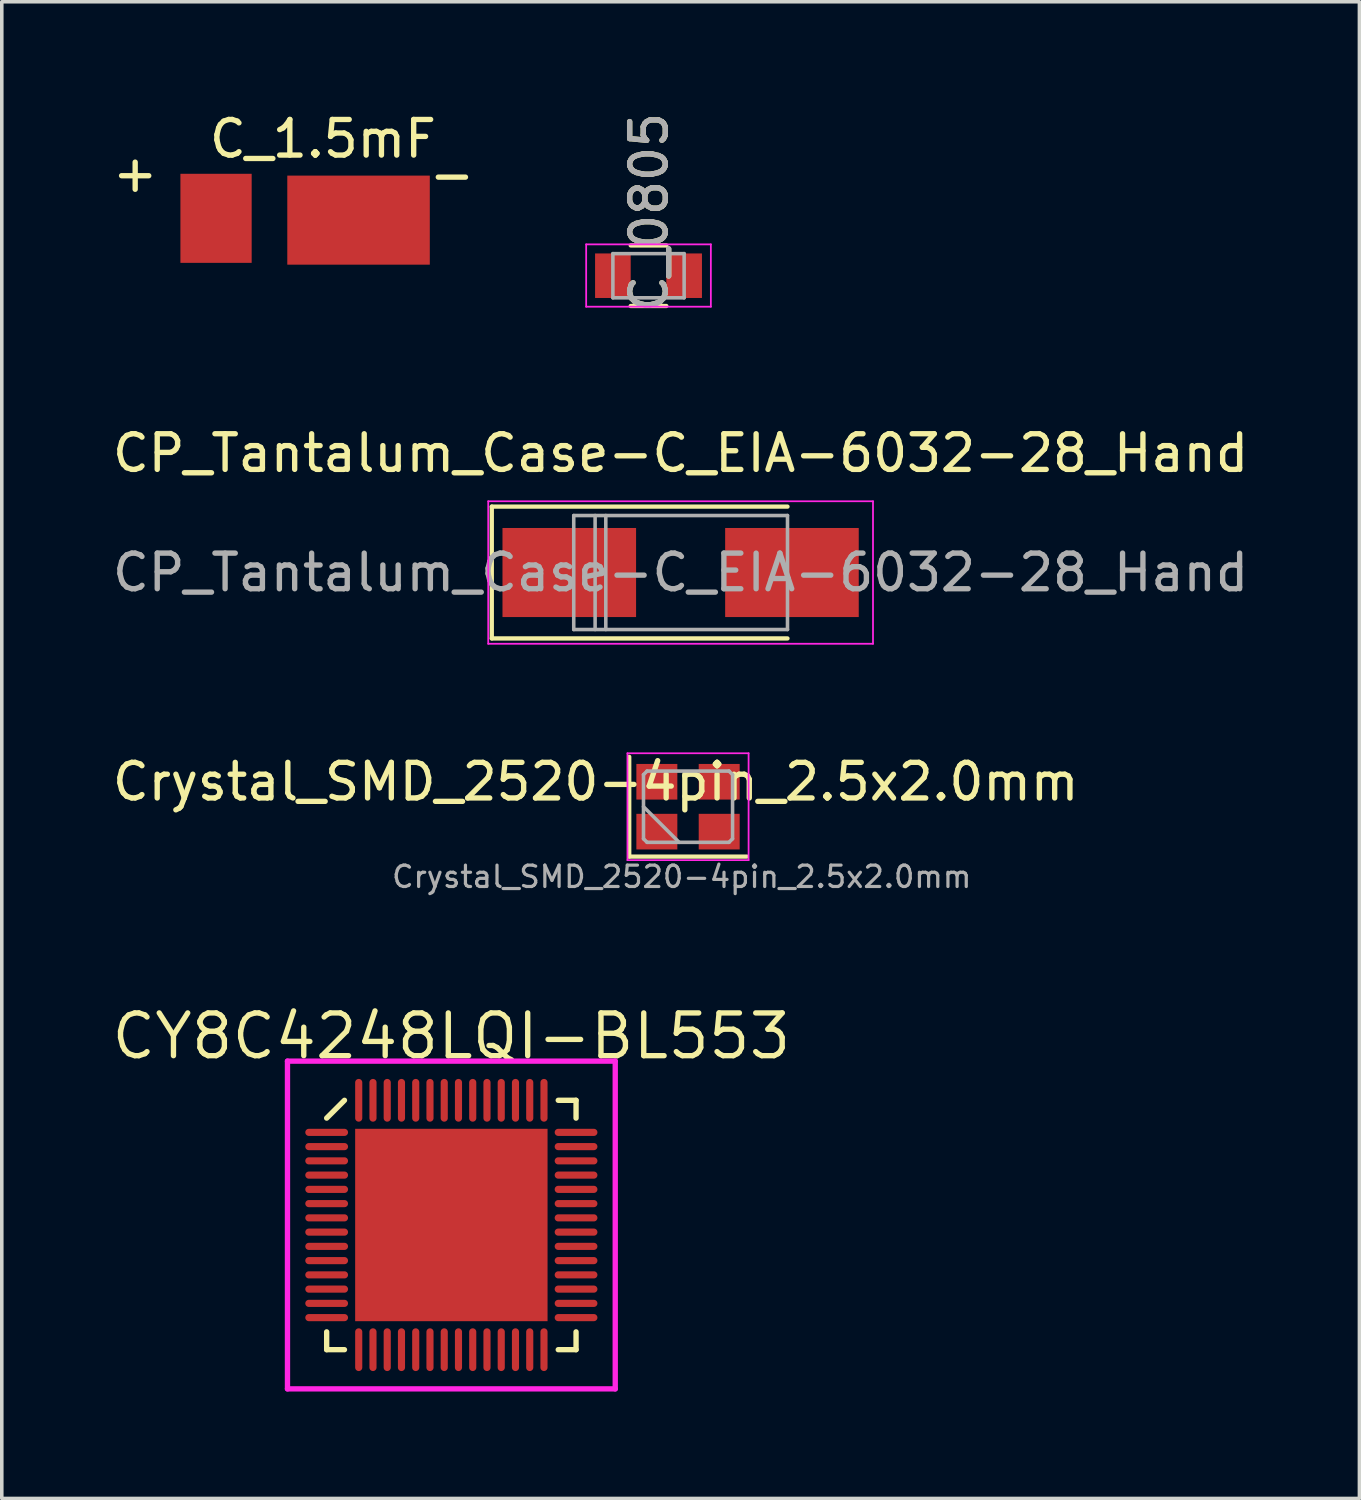
<source format=kicad_pcb>
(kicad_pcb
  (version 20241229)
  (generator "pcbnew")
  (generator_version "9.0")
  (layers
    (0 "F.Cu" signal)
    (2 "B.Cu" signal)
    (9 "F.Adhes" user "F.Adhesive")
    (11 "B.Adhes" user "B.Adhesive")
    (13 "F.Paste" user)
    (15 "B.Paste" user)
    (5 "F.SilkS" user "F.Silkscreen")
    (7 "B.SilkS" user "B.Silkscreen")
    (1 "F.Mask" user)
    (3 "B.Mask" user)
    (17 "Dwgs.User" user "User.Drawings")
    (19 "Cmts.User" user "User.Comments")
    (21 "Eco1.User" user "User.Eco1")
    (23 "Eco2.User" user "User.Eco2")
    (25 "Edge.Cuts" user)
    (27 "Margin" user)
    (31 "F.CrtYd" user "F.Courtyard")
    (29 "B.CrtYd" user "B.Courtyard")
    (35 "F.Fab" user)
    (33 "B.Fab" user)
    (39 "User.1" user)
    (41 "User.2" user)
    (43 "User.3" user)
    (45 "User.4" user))
  (footprint "CY8C4248LQI-BL553"
    (layer "F.Cu")
    (at 9.619 31.334)
    (property "Reference" "CY8C4248LQI-BL553" (at 0 -5.3 0) (layer "F.SilkS") (effects (font (size 1.2 1.2) (thickness 0.15))))
    (attr through_hole)
    (fp_line (start -3.5 -3) (end -3 -3.5) (stroke (width 0.15) (type solid)) (layer "F.SilkS"))
    (fp_line (start -3.5 3.5) (end -3.5 3) (stroke (width 0.15) (type solid)) (layer "F.SilkS"))
    (fp_line (start -3 3.5) (end -3.5 3.5) (stroke (width 0.15) (type solid)) (layer "F.SilkS"))
    (fp_line (start 3 -3.5) (end 3.5 -3.5) (stroke (width 0.15) (type solid)) (layer "F.SilkS"))
    (fp_line (start 3 3.5) (end 3.5 3.5) (stroke (width 0.15) (type solid)) (layer "F.SilkS"))
    (fp_line (start 3.5 -3.5) (end 3.5 -3) (stroke (width 0.15) (type solid)) (layer "F.SilkS"))
    (fp_line (start 3.5 3.5) (end 3.5 3) (stroke (width 0.15) (type solid)) (layer "F.SilkS"))
    (fp_line (start -4.6 -4.6) (end 4.6 -4.6) (stroke (width 0.15) (type solid)) (layer "F.CrtYd"))
    (fp_line (start -4.6 4.6) (end -4.6 -4.6) (stroke (width 0.15) (type solid)) (layer "F.CrtYd"))
    (fp_line (start 4.6 -4.6) (end 4.6 4.6) (stroke (width 0.15) (type solid)) (layer "F.CrtYd"))
    (fp_line (start 4.6 4.6) (end -4.6 4.6) (stroke (width 0.15) (type solid)) (layer "F.CrtYd"))
    (pad "1" smd oval (at -3.5 -2.6 90) (size 0.2 1.2) (layers "F.Cu" "F.Mask" "F.Paste"))
    (pad "2" smd oval (at -3.5 -2.2 90) (size 0.2 1.2) (layers "F.Cu" "F.Mask" "F.Paste"))
    (pad "3" smd oval (at -3.5 -1.8 90) (size 0.2 1.2) (layers "F.Cu" "F.Mask" "F.Paste"))
    (pad "4" smd oval (at -3.5 -1.4 90) (size 0.2 1.2) (layers "F.Cu" "F.Mask" "F.Paste"))
    (pad "5" smd oval (at -3.5 -1 90) (size 0.2 1.2) (layers "F.Cu" "F.Mask" "F.Paste"))
    (pad "6" smd oval (at -3.5 -0.6 90) (size 0.2 1.2) (layers "F.Cu" "F.Mask" "F.Paste"))
    (pad "7" smd oval (at -3.5 -0.2 90) (size 0.2 1.2) (layers "F.Cu" "F.Mask" "F.Paste"))
    (pad "8" smd oval (at -3.5 0.2 90) (size 0.2 1.2) (layers "F.Cu" "F.Mask" "F.Paste"))
    (pad "9" smd oval (at -3.5 0.6 90) (size 0.2 1.2) (layers "F.Cu" "F.Mask" "F.Paste"))
    (pad "10" smd oval (at -3.5 1 90) (size 0.2 1.2) (layers "F.Cu" "F.Mask" "F.Paste"))
    (pad "11" smd oval (at -3.5 1.4 90) (size 0.2 1.2) (layers "F.Cu" "F.Mask" "F.Paste"))
    (pad "12" smd oval (at -3.5 1.8 90) (size 0.2 1.2) (layers "F.Cu" "F.Mask" "F.Paste"))
    (pad "13" smd oval (at -3.5 2.2 90) (size 0.2 1.2) (layers "F.Cu" "F.Mask" "F.Paste"))
    (pad "14" smd oval (at -3.5 2.6 90) (size 0.2 1.2) (layers "F.Cu" "F.Mask" "F.Paste"))
    (pad "15" smd oval (at -2.6 3.5) (size 0.2 1.2) (layers "F.Cu" "F.Mask" "F.Paste"))
    (pad "16" smd oval (at -2.2 3.5) (size 0.2 1.2) (layers "F.Cu" "F.Mask" "F.Paste"))
    (pad "17" smd oval (at -1.8 3.5) (size 0.2 1.2) (layers "F.Cu" "F.Mask" "F.Paste"))
    (pad "18" smd oval (at -1.4 3.5) (size 0.2 1.2) (layers "F.Cu" "F.Mask" "F.Paste"))
    (pad "19" smd oval (at -1 3.5) (size 0.2 1.2) (layers "F.Cu" "F.Mask" "F.Paste"))
    (pad "20" smd oval (at -0.6 3.5) (size 0.2 1.2) (layers "F.Cu" "F.Mask" "F.Paste"))
    (pad "21" smd oval (at -0.2 3.5) (size 0.2 1.2) (layers "F.Cu" "F.Mask" "F.Paste"))
    (pad "22" smd oval (at 0.2 3.5) (size 0.2 1.2) (layers "F.Cu" "F.Mask" "F.Paste"))
    (pad "23" smd oval (at 0.6 3.5) (size 0.2 1.2) (layers "F.Cu" "F.Mask" "F.Paste"))
    (pad "24" smd oval (at 1 3.5) (size 0.2 1.2) (layers "F.Cu" "F.Mask" "F.Paste"))
    (pad "25" smd oval (at 1.4 3.5) (size 0.2 1.2) (layers "F.Cu" "F.Mask" "F.Paste"))
    (pad "26" smd oval (at 1.8 3.5) (size 0.2 1.2) (layers "F.Cu" "F.Mask" "F.Paste"))
    (pad "27" smd oval (at 2.2 3.5) (size 0.2 1.2) (layers "F.Cu" "F.Mask" "F.Paste"))
    (pad "28" smd oval (at 2.6 3.5) (size 0.2 1.2) (layers "F.Cu" "F.Mask" "F.Paste"))
    (pad "29" smd oval (at 3.5 2.6 90) (size 0.2 1.2) (layers "F.Cu" "F.Mask" "F.Paste"))
    (pad "30" smd oval (at 3.5 2.2 90) (size 0.2 1.2) (layers "F.Cu" "F.Mask" "F.Paste"))
    (pad "31" smd oval (at 3.5 1.8 90) (size 0.2 1.2) (layers "F.Cu" "F.Mask" "F.Paste"))
    (pad "32" smd oval (at 3.5 1.4 90) (size 0.2 1.2) (layers "F.Cu" "F.Mask" "F.Paste"))
    (pad "33" smd oval (at 3.5 1 90) (size 0.2 1.2) (layers "F.Cu" "F.Mask" "F.Paste"))
    (pad "34" smd oval (at 3.5 0.6 90) (size 0.2 1.2) (layers "F.Cu" "F.Mask" "F.Paste"))
    (pad "35" smd oval (at 3.5 0.2 90) (size 0.2 1.2) (layers "F.Cu" "F.Mask" "F.Paste"))
    (pad "36" smd oval (at 3.5 -0.2 90) (size 0.2 1.2) (layers "F.Cu" "F.Mask" "F.Paste"))
    (pad "37" smd oval (at 3.5 -0.6 90) (size 0.2 1.2) (layers "F.Cu" "F.Mask" "F.Paste"))
    (pad "38" smd oval (at 3.5 -1 90) (size 0.2 1.2) (layers "F.Cu" "F.Mask" "F.Paste"))
    (pad "39" smd oval (at 3.5 -1.4 90) (size 0.2 1.2) (layers "F.Cu" "F.Mask" "F.Paste"))
    (pad "40" smd oval (at 3.5 -1.8 90) (size 0.2 1.2) (layers "F.Cu" "F.Mask" "F.Paste"))
    (pad "41" smd oval (at 3.5 -2.2 90) (size 0.2 1.2) (layers "F.Cu" "F.Mask" "F.Paste"))
    (pad "42" smd oval (at 3.5 -2.6 90) (size 0.2 1.2) (layers "F.Cu" "F.Mask" "F.Paste"))
    (pad "43" smd oval (at 2.6 -3.5) (size 0.2 1.2) (layers "F.Cu" "F.Mask" "F.Paste"))
    (pad "44" smd oval (at 2.2 -3.5) (size 0.2 1.2) (layers "F.Cu" "F.Mask" "F.Paste"))
    (pad "45" smd oval (at 1.8 -3.5) (size 0.2 1.2) (layers "F.Cu" "F.Mask" "F.Paste"))
    (pad "46" smd oval (at 1.4 -3.5) (size 0.2 1.2) (layers "F.Cu" "F.Mask" "F.Paste"))
    (pad "47" smd oval (at 1 -3.5) (size 0.2 1.2) (layers "F.Cu" "F.Mask" "F.Paste"))
    (pad "48" smd oval (at 0.6 -3.5) (size 0.2 1.2) (layers "F.Cu" "F.Mask" "F.Paste"))
    (pad "49" smd oval (at 0.2 -3.5) (size 0.2 1.2) (layers "F.Cu" "F.Mask" "F.Paste"))
    (pad "50" smd oval (at -0.2 -3.5) (size 0.2 1.2) (layers "F.Cu" "F.Mask" "F.Paste"))
    (pad "51" smd oval (at -0.6 -3.5) (size 0.2 1.2) (layers "F.Cu" "F.Mask" "F.Paste"))
    (pad "52" smd oval (at -1 -3.5) (size 0.2 1.2) (layers "F.Cu" "F.Mask" "F.Paste"))
    (pad "53" smd oval (at -1.4 -3.5) (size 0.2 1.2) (layers "F.Cu" "F.Mask" "F.Paste"))
    (pad "54" smd oval (at -1.8 -3.5) (size 0.2 1.2) (layers "F.Cu" "F.Mask" "F.Paste"))
    (pad "55" smd oval (at -2.2 -3.5) (size 0.2 1.2) (layers "F.Cu" "F.Mask" "F.Paste"))
    (pad "56" smd oval (at -2.6 -3.5) (size 0.2 1.2) (layers "F.Cu" "F.Mask" "F.Paste"))
    (pad "57" smd trapezoid (at 0 0) (size 5.4 5.4) (layers "F.Cu" "F.Mask" "F.Paste")))
  (footprint "CP_Tantalum_Case-C_EIA-6032-28_Hand"
    (layer "F.Cu")
    (at 16.054 13.02)
    (property "Reference" "CP_Tantalum_Case-C_EIA-6032-28_Hand" (at 0 -3.35 0) (layer "F.SilkS") (effects (font (size 1 1) (thickness 0.15))))
    (attr smd)
    (fp_line (start -5.3 -1.85) (end -5.3 1.85) (stroke (width 0.12) (type solid)) (layer "F.SilkS"))
    (fp_line (start -5.3 -1.85) (end 3 -1.85) (stroke (width 0.12) (type solid)) (layer "F.SilkS"))
    (fp_line (start -5.3 1.85) (end 3 1.85) (stroke (width 0.12) (type solid)) (layer "F.SilkS"))
    (fp_line (start -5.4 -2) (end -5.4 2) (stroke (width 0.05) (type solid)) (layer "F.CrtYd"))
    (fp_line (start -5.4 2) (end 5.4 2) (stroke (width 0.05) (type solid)) (layer "F.CrtYd"))
    (fp_line (start 5.4 -2) (end -5.4 -2) (stroke (width 0.05) (type solid)) (layer "F.CrtYd"))
    (fp_line (start 5.4 2) (end 5.4 -2) (stroke (width 0.05) (type solid)) (layer "F.CrtYd"))
    (fp_line (start -3 -1.6) (end -3 1.6) (stroke (width 0.1) (type solid)) (layer "F.Fab"))
    (fp_line (start -3 1.6) (end 3 1.6) (stroke (width 0.1) (type solid)) (layer "F.Fab"))
    (fp_line (start -2.4 -1.6) (end -2.4 1.6) (stroke (width 0.1) (type solid)) (layer "F.Fab"))
    (fp_line (start -2.1 -1.6) (end -2.1 1.6) (stroke (width 0.1) (type solid)) (layer "F.Fab"))
    (fp_line (start 3 -1.6) (end -3 -1.6) (stroke (width 0.1) (type solid)) (layer "F.Fab"))
    (fp_line (start 3 1.6) (end 3 -1.6) (stroke (width 0.1) (type solid)) (layer "F.Fab"))
    (fp_text user "${REFERENCE}" (at 0 0 0) (layer "F.Fab") (effects (font (size 1 1) (thickness 0.15))))
    (pad "1" smd rect (at -3.125 0) (size 3.75 2.5) (layers "F.Cu" "F.Mask" "F.Paste"))
    (pad "2" smd rect (at 3.125 0) (size 3.75 2.5) (layers "F.Cu" "F.Mask" "F.Paste")))
  (footprint "C_1.5mF"
    (layer "F.Cu")
    (at 2.014 4.348)
    (property "Reference" "C_1.5mF" (at 4 -3.5 0) (layer "F.SilkS") (effects (font (size 1 1) (thickness 0.15))))
    (attr through_hole)
    (fp_text user "+" (at -1.27 -2.54 0) (layer "F.SilkS") (effects (font (size 1 1) (thickness 0.15))))
    (fp_text user "-" (at 7.62 -2.5 0) (layer "F.SilkS") (effects (font (size 1 1) (thickness 0.15))))
    (pad "1" smd rect (at 1 -1.27 90) (size 2.5 2) (layers "F.Cu" "F.Mask" "F.Paste"))
    (pad "2" smd rect (at 5 -1.219 90) (size 2.5 4) (layers "F.Cu" "F.Mask" "F.Paste")))
  (footprint "C_0805"
    (layer "F.Cu")
    (at 15.153 4.689)
    (property "Reference" "C_0805" (at 0.016 -1.778 90) (layer "F.SilkS") (effects (font (size 1 1) (thickness 0.15))))
    (attr smd)
    (fp_line (start -0.5 0.85) (end 0.5 0.85) (stroke (width 0.12) (type solid)) (layer "F.SilkS"))
    (fp_line (start 0.5 -0.85) (end -0.5 -0.85) (stroke (width 0.12) (type solid)) (layer "F.SilkS"))
    (fp_line (start -1.75 -0.88) (end -1.75 0.87) (stroke (width 0.05) (type solid)) (layer "F.CrtYd"))
    (fp_line (start -1.75 -0.88) (end 1.75 -0.88) (stroke (width 0.05) (type solid)) (layer "F.CrtYd"))
    (fp_line (start 1.75 0.87) (end -1.75 0.87) (stroke (width 0.05) (type solid)) (layer "F.CrtYd"))
    (fp_line (start 1.75 0.87) (end 1.75 -0.88) (stroke (width 0.05) (type solid)) (layer "F.CrtYd"))
    (fp_line (start -1 -0.62) (end 1 -0.62) (stroke (width 0.1) (type solid)) (layer "F.Fab"))
    (fp_line (start -1 0.62) (end -1 -0.62) (stroke (width 0.1) (type solid)) (layer "F.Fab"))
    (fp_line (start 1 -0.62) (end 1 0.62) (stroke (width 0.1) (type solid)) (layer "F.Fab"))
    (fp_line (start 1 0.62) (end -1 0.62) (stroke (width 0.1) (type solid)) (layer "F.Fab"))
    (fp_text user "${REFERENCE}" (at 0.016 -1.778 90) (layer "F.Fab") (effects (font (size 1 1) (thickness 0.15))))
    (pad "1" smd rect (at -1 0) (size 1 1.25) (layers "F.Cu" "F.Mask" "F.Paste"))
    (pad "2" smd rect (at 1 0) (size 1 1.25) (layers "F.Cu" "F.Mask" "F.Paste")))
  (footprint "Crystal_SMD_2520-4pin_2.5x2.0mm"
    (layer "F.Cu")
    (at 16.262 19.593)
    (property "Reference" "Crystal_SMD_2520-4pin_2.5x2.0mm" (at -2.59 -0.7 0) (layer "F.SilkS") (effects (font (size 1 1) (thickness 0.15))))
    (attr smd)
    (fp_line (start -1.65 -1.4) (end -1.65 1.4) (stroke (width 0.12) (type solid)) (layer "F.SilkS"))
    (fp_line (start -1.65 1.4) (end 1.65 1.4) (stroke (width 0.12) (type solid)) (layer "F.SilkS"))
    (fp_line (start -1.7 -1.5) (end -1.7 1.5) (stroke (width 0.05) (type solid)) (layer "F.CrtYd"))
    (fp_line (start -1.7 1.5) (end 1.7 1.5) (stroke (width 0.05) (type solid)) (layer "F.CrtYd"))
    (fp_line (start 1.7 -1.5) (end -1.7 -1.5) (stroke (width 0.05) (type solid)) (layer "F.CrtYd"))
    (fp_line (start 1.7 1.5) (end 1.7 -1.5) (stroke (width 0.05) (type solid)) (layer "F.CrtYd"))
    (fp_line (start -1.25 -0.9) (end -1.15 -1) (stroke (width 0.1) (type solid)) (layer "F.Fab"))
    (fp_line (start -1.25 0) (end -0.25 1) (stroke (width 0.1) (type solid)) (layer "F.Fab"))
    (fp_line (start -1.25 0.9) (end -1.25 -0.9) (stroke (width 0.1) (type solid)) (layer "F.Fab"))
    (fp_line (start -1.15 -1) (end 1.15 -1) (stroke (width 0.1) (type solid)) (layer "F.Fab"))
    (fp_line (start -1.15 1) (end -1.25 0.9) (stroke (width 0.1) (type solid)) (layer "F.Fab"))
    (fp_line (start 1.15 -1) (end 1.25 -0.9) (stroke (width 0.1) (type solid)) (layer "F.Fab"))
    (fp_line (start 1.15 1) (end -1.15 1) (stroke (width 0.1) (type solid)) (layer "F.Fab"))
    (fp_line (start 1.25 -0.9) (end 1.25 0.9) (stroke (width 0.1) (type solid)) (layer "F.Fab"))
    (fp_line (start 1.25 0.9) (end 1.15 1) (stroke (width 0.1) (type solid)) (layer "F.Fab"))
    (fp_text user "${REFERENCE}" (at -0.176 1.967 0) (layer "F.Fab") (effects (font (size 0.6 0.6) (thickness 0.09))))
    (pad "1" smd rect (at -0.875 0.7) (size 1.15 1) (layers "F.Cu" "F.Mask" "F.Paste"))
    (pad "2" smd rect (at 0.875 0.7) (size 1.15 1) (layers "F.Cu" "F.Mask" "F.Paste"))
    (pad "3" smd rect (at 0.875 -0.7) (size 1.15 1) (layers "F.Cu" "F.Mask" "F.Paste"))
    (pad "4" smd rect (at -0.875 -0.7) (size 1.15 1) (layers "F.Cu" "F.Mask" "F.Paste")))
  (gr_rect
    (start -3 -3)
    (end 35.107 39.009)
    (stroke (width 0.1) (type default))
    (fill no)
    (layer "Edge.Cuts")))
</source>
